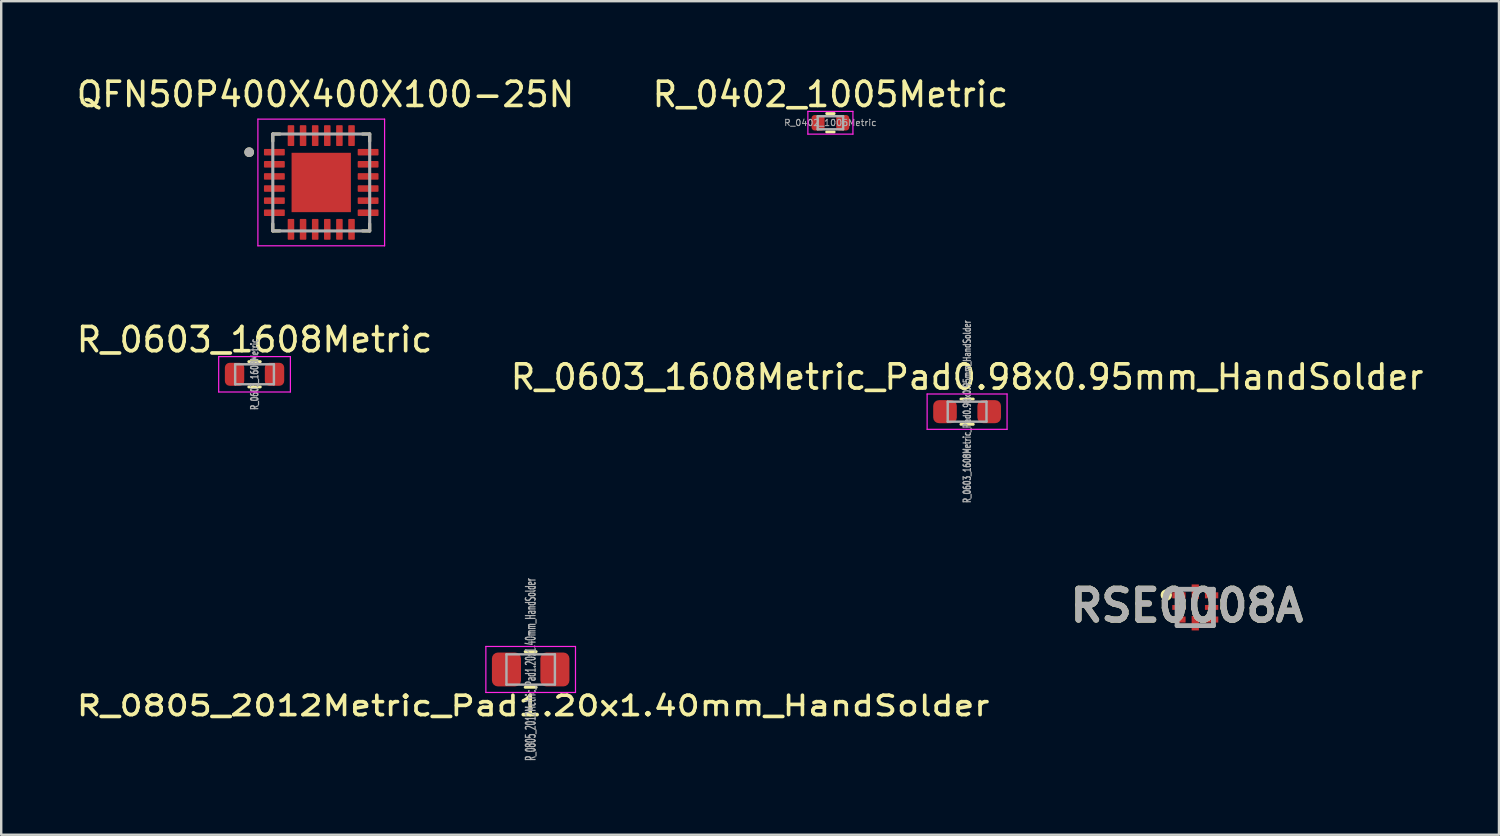
<source format=kicad_pcb>
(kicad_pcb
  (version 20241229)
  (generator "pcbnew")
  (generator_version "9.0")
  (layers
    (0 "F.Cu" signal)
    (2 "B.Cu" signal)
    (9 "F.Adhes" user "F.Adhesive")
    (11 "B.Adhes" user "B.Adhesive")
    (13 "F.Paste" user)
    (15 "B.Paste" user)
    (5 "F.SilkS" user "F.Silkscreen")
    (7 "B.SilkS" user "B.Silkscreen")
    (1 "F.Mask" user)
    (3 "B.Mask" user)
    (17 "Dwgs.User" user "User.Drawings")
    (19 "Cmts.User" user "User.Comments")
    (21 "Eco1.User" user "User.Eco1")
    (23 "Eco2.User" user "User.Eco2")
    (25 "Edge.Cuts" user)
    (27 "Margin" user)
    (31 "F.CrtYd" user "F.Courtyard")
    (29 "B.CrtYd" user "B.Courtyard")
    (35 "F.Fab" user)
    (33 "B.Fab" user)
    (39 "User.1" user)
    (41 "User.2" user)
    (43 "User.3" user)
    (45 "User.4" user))
  (footprint "R_0603_1608Metric_Pad0.98x0.95mm_HandSolder"
    (layer "F.Cu")
    (at 36.875 13.945)
    (property "Reference" "R_0603_1608Metric_Pad0.98x0.95mm_HandSolder" (at 0 -1.43 0) (layer "F.SilkS") (effects (font (size 1 1) (thickness 0.15))))
    (attr smd)
    (fp_line (start -0.255 -0.522) (end 0.255 -0.522) (stroke (width 0.12) (type solid)) (layer "F.SilkS"))
    (fp_line (start -0.255 0.522) (end 0.255 0.522) (stroke (width 0.12) (type solid)) (layer "F.SilkS"))
    (fp_line (start -1.65 -0.73) (end 1.65 -0.73) (stroke (width 0.05) (type solid)) (layer "F.CrtYd"))
    (fp_line (start -1.65 0.73) (end -1.65 -0.73) (stroke (width 0.05) (type solid)) (layer "F.CrtYd"))
    (fp_line (start 1.65 -0.73) (end 1.65 0.73) (stroke (width 0.05) (type solid)) (layer "F.CrtYd"))
    (fp_line (start 1.65 0.73) (end -1.65 0.73) (stroke (width 0.05) (type solid)) (layer "F.CrtYd"))
    (fp_line (start -0.8 -0.412) (end 0.8 -0.412) (stroke (width 0.1) (type solid)) (layer "F.Fab"))
    (fp_line (start -0.8 0.412) (end -0.8 -0.412) (stroke (width 0.1) (type solid)) (layer "F.Fab"))
    (fp_line (start 0.8 -0.412) (end 0.8 0.412) (stroke (width 0.1) (type solid)) (layer "F.Fab"))
    (fp_line (start 0.8 0.412) (end -0.8 0.412) (stroke (width 0.1) (type solid)) (layer "F.Fab"))
    (fp_text user "${REFERENCE}" (at 0 0 90) (layer "F.Fab") (effects (font (size 0.3 0.2) (thickness 0.06))))
    (pad "1" smd roundrect (at -0.912 0) (size 0.975 0.95) (layers "F.Cu" "F.Mask" "F.Paste") (roundrect_rratio 0.25))
    (pad "2" smd roundrect (at 0.912 0) (size 0.975 0.95) (layers "F.Cu" "F.Mask" "F.Paste") (roundrect_rratio 0.25)))
  (footprint "R_0402_1005Metric"
    (layer "F.Cu")
    (at 31.232 2.018)
    (property "Reference" "R_0402_1005Metric" (at 0 -1.17 0) (layer "F.SilkS") (effects (font (size 1 1) (thickness 0.15))))
    (attr smd)
    (fp_line (start -0.154 -0.38) (end 0.154 -0.38) (stroke (width 0.12) (type solid)) (layer "F.SilkS"))
    (fp_line (start -0.154 0.38) (end 0.154 0.38) (stroke (width 0.12) (type solid)) (layer "F.SilkS"))
    (fp_line (start -0.93 -0.47) (end 0.93 -0.47) (stroke (width 0.05) (type solid)) (layer "F.CrtYd"))
    (fp_line (start -0.93 0.47) (end -0.93 -0.47) (stroke (width 0.05) (type solid)) (layer "F.CrtYd"))
    (fp_line (start 0.93 -0.47) (end 0.93 0.47) (stroke (width 0.05) (type solid)) (layer "F.CrtYd"))
    (fp_line (start 0.93 0.47) (end -0.93 0.47) (stroke (width 0.05) (type solid)) (layer "F.CrtYd"))
    (fp_line (start -0.525 -0.27) (end 0.525 -0.27) (stroke (width 0.1) (type solid)) (layer "F.Fab"))
    (fp_line (start -0.525 0.27) (end -0.525 -0.27) (stroke (width 0.1) (type solid)) (layer "F.Fab"))
    (fp_line (start 0.525 -0.27) (end 0.525 0.27) (stroke (width 0.1) (type solid)) (layer "F.Fab"))
    (fp_line (start 0.525 0.27) (end -0.525 0.27) (stroke (width 0.1) (type solid)) (layer "F.Fab"))
    (fp_text user "${REFERENCE}" (at 0 0 0) (layer "F.Fab") (effects (font (size 0.26 0.26) (thickness 0.04))))
    (pad "1" smd roundrect (at -0.51 0) (size 0.54 0.64) (layers "F.Cu" "F.Mask" "F.Paste") (roundrect_rratio 0.25))
    (pad "2" smd roundrect (at 0.51 0) (size 0.54 0.64) (layers "F.Cu" "F.Mask" "F.Paste") (roundrect_rratio 0.25)))
  (footprint "QFN50P400X400X100-25N"
    (layer "F.Cu")
    (at 10.212 4.483)
    (property "Reference" "QFN50P400X400X100-25N" (at 0.175 -3.635 0) (layer "F.SilkS") (effects (font (size 1 1) (thickness 0.15))))
    (attr smd)
    (fp_line (start -2 -2) (end -2 -1.705) (stroke (width 0.127) (type solid)) (layer "F.SilkS"))
    (fp_line (start -2 -2) (end -1.705 -2) (stroke (width 0.127) (type solid)) (layer "F.SilkS"))
    (fp_line (start -2 2) (end -2 1.705) (stroke (width 0.127) (type solid)) (layer "F.SilkS"))
    (fp_line (start -2 2) (end -1.705 2) (stroke (width 0.127) (type solid)) (layer "F.SilkS"))
    (fp_line (start 2 -2) (end 1.705 -2) (stroke (width 0.127) (type solid)) (layer "F.SilkS"))
    (fp_line (start 2 -2) (end 2 -1.705) (stroke (width 0.127) (type solid)) (layer "F.SilkS"))
    (fp_line (start 2 2) (end 1.705 2) (stroke (width 0.127) (type solid)) (layer "F.SilkS"))
    (fp_line (start 2 2) (end 2 1.705) (stroke (width 0.127) (type solid)) (layer "F.SilkS"))
    (fp_circle (center -2.975 -1.25) (end -2.875 -1.25) (stroke (width 0.2) (type solid)) (fill no) (layer "F.SilkS"))
    (fp_poly (pts (xy -0.775 -0.775) (xy 0.775 -0.775) (xy 0.775 0.775) (xy -0.775 0.775)) (stroke (width 0.01) (type solid)) (fill yes) (layer "F.Paste"))
    (fp_line (start -2.615 -2.615) (end 2.615 -2.615) (stroke (width 0.05) (type solid)) (layer "F.CrtYd"))
    (fp_line (start -2.615 2.615) (end -2.615 -2.615) (stroke (width 0.05) (type solid)) (layer "F.CrtYd"))
    (fp_line (start -2.615 2.615) (end 2.615 2.615) (stroke (width 0.05) (type solid)) (layer "F.CrtYd"))
    (fp_line (start 2.615 2.615) (end 2.615 -2.615) (stroke (width 0.05) (type solid)) (layer "F.CrtYd"))
    (fp_line (start -2 2) (end -2 -2) (stroke (width 0.127) (type solid)) (layer "F.Fab"))
    (fp_line (start 2 -2) (end -2 -2) (stroke (width 0.127) (type solid)) (layer "F.Fab"))
    (fp_line (start 2 2) (end -2 2) (stroke (width 0.127) (type solid)) (layer "F.Fab"))
    (fp_line (start 2 2) (end 2 -2) (stroke (width 0.127) (type solid)) (layer "F.Fab"))
    (fp_circle (center -2.975 -1.25) (end -2.875 -1.25) (stroke (width 0.2) (type solid)) (fill no) (layer "F.Fab"))
    (pad "1" smd roundrect (at -1.935 -1.25) (size 0.86 0.27) (layers "F.Cu" "F.Mask" "F.Paste") (roundrect_rratio 0.125))
    (pad "2" smd roundrect (at -1.935 -0.75) (size 0.86 0.27) (layers "F.Cu" "F.Mask" "F.Paste") (roundrect_rratio 0.125))
    (pad "3" smd roundrect (at -1.935 -0.25) (size 0.86 0.27) (layers "F.Cu" "F.Mask" "F.Paste") (roundrect_rratio 0.125))
    (pad "4" smd roundrect (at -1.935 0.25) (size 0.86 0.27) (layers "F.Cu" "F.Mask" "F.Paste") (roundrect_rratio 0.125))
    (pad "5" smd roundrect (at -1.935 0.75) (size 0.86 0.27) (layers "F.Cu" "F.Mask" "F.Paste") (roundrect_rratio 0.125))
    (pad "6" smd roundrect (at -1.935 1.25) (size 0.86 0.27) (layers "F.Cu" "F.Mask" "F.Paste") (roundrect_rratio 0.125))
    (pad "7" smd roundrect (at -1.25 1.935 90) (size 0.86 0.27) (layers "F.Cu" "F.Mask" "F.Paste") (roundrect_rratio 0.125))
    (pad "8" smd roundrect (at -0.75 1.935 90) (size 0.86 0.27) (layers "F.Cu" "F.Mask" "F.Paste") (roundrect_rratio 0.125))
    (pad "9" smd roundrect (at -0.25 1.935 90) (size 0.86 0.27) (layers "F.Cu" "F.Mask" "F.Paste") (roundrect_rratio 0.125))
    (pad "10" smd roundrect (at 0.25 1.935 90) (size 0.86 0.27) (layers "F.Cu" "F.Mask" "F.Paste") (roundrect_rratio 0.125))
    (pad "11" smd roundrect (at 0.75 1.935 90) (size 0.86 0.27) (layers "F.Cu" "F.Mask" "F.Paste") (roundrect_rratio 0.125))
    (pad "12" smd roundrect (at 1.25 1.935 90) (size 0.86 0.27) (layers "F.Cu" "F.Mask" "F.Paste") (roundrect_rratio 0.125))
    (pad "13" smd roundrect (at 1.935 1.25) (size 0.86 0.27) (layers "F.Cu" "F.Mask" "F.Paste") (roundrect_rratio 0.125))
    (pad "14" smd roundrect (at 1.935 0.75) (size 0.86 0.27) (layers "F.Cu" "F.Mask" "F.Paste") (roundrect_rratio 0.125))
    (pad "15" smd roundrect (at 1.935 0.25) (size 0.86 0.27) (layers "F.Cu" "F.Mask" "F.Paste") (roundrect_rratio 0.125))
    (pad "16" smd roundrect (at 1.935 -0.25) (size 0.86 0.27) (layers "F.Cu" "F.Mask" "F.Paste") (roundrect_rratio 0.125))
    (pad "17" smd roundrect (at 1.935 -0.75) (size 0.86 0.27) (layers "F.Cu" "F.Mask" "F.Paste") (roundrect_rratio 0.125))
    (pad "18" smd roundrect (at 1.935 -1.25) (size 0.86 0.27) (layers "F.Cu" "F.Mask" "F.Paste") (roundrect_rratio 0.125))
    (pad "19" smd roundrect (at 1.25 -1.935 90) (size 0.86 0.27) (layers "F.Cu" "F.Mask" "F.Paste") (roundrect_rratio 0.125))
    (pad "20" smd roundrect (at 0.75 -1.935 90) (size 0.86 0.27) (layers "F.Cu" "F.Mask" "F.Paste") (roundrect_rratio 0.125))
    (pad "21" smd roundrect (at 0.25 -1.935 90) (size 0.86 0.27) (layers "F.Cu" "F.Mask" "F.Paste") (roundrect_rratio 0.125))
    (pad "22" smd roundrect (at -0.25 -1.935 90) (size 0.86 0.27) (layers "F.Cu" "F.Mask" "F.Paste") (roundrect_rratio 0.125))
    (pad "23" smd roundrect (at -0.75 -1.935 90) (size 0.86 0.27) (layers "F.Cu" "F.Mask" "F.Paste") (roundrect_rratio 0.125))
    (pad "24" smd roundrect (at -1.25 -1.935 90) (size 0.86 0.27) (layers "F.Cu" "F.Mask" "F.Paste") (roundrect_rratio 0.125))
    (pad "25" smd rect (at 0 0) (size 2.45 2.45) (layers "F.Cu" "F.Mask")))
  (footprint "R_0805_2012Metric_Pad1.20x1.40mm_HandSolder"
    (layer "F.Cu")
    (at 18.858 24.588)
    (property "Reference" "R_0805_2012Metric_Pad1.20x1.40mm_HandSolder" (at 0.1 1.5 180) (layer "F.SilkS") (effects (font (size 0.8 1) (thickness 0.15))))
    (attr smd)
    (fp_line (start -0.227 -0.735) (end 0.227 -0.735) (stroke (width 0.12) (type solid)) (layer "F.SilkS"))
    (fp_line (start -0.227 0.735) (end 0.227 0.735) (stroke (width 0.12) (type solid)) (layer "F.SilkS"))
    (fp_line (start -1.85 -0.95) (end 1.85 -0.95) (stroke (width 0.05) (type solid)) (layer "F.CrtYd"))
    (fp_line (start -1.85 0.95) (end -1.85 -0.95) (stroke (width 0.05) (type solid)) (layer "F.CrtYd"))
    (fp_line (start 1.85 -0.95) (end 1.85 0.95) (stroke (width 0.05) (type solid)) (layer "F.CrtYd"))
    (fp_line (start 1.85 0.95) (end -1.85 0.95) (stroke (width 0.05) (type solid)) (layer "F.CrtYd"))
    (fp_line (start -1 -0.625) (end 1 -0.625) (stroke (width 0.1) (type solid)) (layer "F.Fab"))
    (fp_line (start -1 0.625) (end -1 -0.625) (stroke (width 0.1) (type solid)) (layer "F.Fab"))
    (fp_line (start 1 -0.625) (end 1 0.625) (stroke (width 0.1) (type solid)) (layer "F.Fab"))
    (fp_line (start 1 0.625) (end -1 0.625) (stroke (width 0.1) (type solid)) (layer "F.Fab"))
    (fp_text user "${REFERENCE}" (at 0 0 270) (layer "F.Fab") (effects (font (size 0.4 0.2) (thickness 0.08))))
    (pad "1" smd roundrect (at -1 0) (size 1.2 1.4) (layers "F.Cu" "F.Mask" "F.Paste") (roundrect_rratio 0.208))
    (pad "2" smd roundrect (at 1 0) (size 1.2 1.4) (layers "F.Cu" "F.Mask" "F.Paste") (roundrect_rratio 0.208)))
  (footprint "R_0603_1608Metric"
    (layer "F.Cu")
    (at 7.458 12.402)
    (property "Reference" "R_0603_1608Metric" (at 0 -1.43 0) (layer "F.SilkS") (effects (font (size 1 1) (thickness 0.15))))
    (attr smd)
    (fp_line (start -0.237 -0.522) (end 0.237 -0.522) (stroke (width 0.12) (type solid)) (layer "F.SilkS"))
    (fp_line (start -0.237 0.522) (end 0.237 0.522) (stroke (width 0.12) (type solid)) (layer "F.SilkS"))
    (fp_line (start -1.48 -0.73) (end 1.48 -0.73) (stroke (width 0.05) (type solid)) (layer "F.CrtYd"))
    (fp_line (start -1.48 0.73) (end -1.48 -0.73) (stroke (width 0.05) (type solid)) (layer "F.CrtYd"))
    (fp_line (start 1.48 -0.73) (end 1.48 0.73) (stroke (width 0.05) (type solid)) (layer "F.CrtYd"))
    (fp_line (start 1.48 0.73) (end -1.48 0.73) (stroke (width 0.05) (type solid)) (layer "F.CrtYd"))
    (fp_line (start -0.8 -0.412) (end 0.8 -0.412) (stroke (width 0.1) (type solid)) (layer "F.Fab"))
    (fp_line (start -0.8 0.412) (end -0.8 -0.412) (stroke (width 0.1) (type solid)) (layer "F.Fab"))
    (fp_line (start 0.8 -0.412) (end 0.8 0.412) (stroke (width 0.1) (type solid)) (layer "F.Fab"))
    (fp_line (start 0.8 0.412) (end -0.8 0.412) (stroke (width 0.1) (type solid)) (layer "F.Fab"))
    (fp_text user "${REFERENCE}" (at 0 0 90) (layer "F.Fab") (effects (font (size 0.3 0.2) (thickness 0.06))))
    (pad "1" smd roundrect (at -0.825 0) (size 0.8 0.95) (layers "F.Cu" "F.Mask" "F.Paste") (roundrect_rratio 0.25))
    (pad "2" smd roundrect (at 0.825 0) (size 0.8 0.95) (layers "F.Cu" "F.Mask" "F.Paste") (roundrect_rratio 0.25)))
  (footprint "RSE0008A"
    (layer "F.Cu")
    (at 46.295 22.027)
    (property "Reference" "RSE0008A" (at -0.347 -0.072 0) (layer "F.SilkS") (effects (font (size 1.27 1.27) (thickness 0.254))))
    (attr smd)
    (fp_circle (center -1.197 -0.512) (end -1.197 -0.476) (stroke (width 0.2) (type solid)) (fill no) (layer "F.SilkS"))
    (fp_line (start -0.75 -0.75) (end 0.75 -0.75) (stroke (width 0.2) (type solid)) (layer "F.Fab"))
    (fp_line (start -0.75 0.75) (end -0.75 -0.75) (stroke (width 0.2) (type solid)) (layer "F.Fab"))
    (fp_line (start 0.75 -0.75) (end 0.75 0.75) (stroke (width 0.2) (type solid)) (layer "F.Fab"))
    (fp_line (start 0.75 0.75) (end -0.75 0.75) (stroke (width 0.2) (type solid)) (layer "F.Fab"))
    (fp_text user "${REFERENCE}" (at -0.347 -0.072 0) (layer "F.Fab") (effects (font (size 1.27 1.27) (thickness 0.254))))
    (pad "1" smd rect (at -0.675 -0.5 90) (size 0.25 0.55) (layers "F.Cu" "F.Mask" "F.Paste"))
    (pad "2" smd rect (at -0.675 0 90) (size 0.2 0.55) (layers "F.Cu" "F.Mask" "F.Paste"))
    (pad "3" smd rect (at -0.675 0.5 90) (size 0.25 0.55) (layers "F.Cu" "F.Mask" "F.Paste"))
    (pad "4" smd rect (at 0 0.65) (size 0.3 0.6) (layers "F.Cu" "F.Mask" "F.Paste"))
    (pad "5" smd rect (at 0.675 0.5 90) (size 0.25 0.55) (layers "F.Cu" "F.Mask" "F.Paste"))
    (pad "6" smd rect (at 0.675 0 90) (size 0.2 0.55) (layers "F.Cu" "F.Mask" "F.Paste"))
    (pad "7" smd rect (at 0.675 -0.5 90) (size 0.25 0.55) (layers "F.Cu" "F.Mask" "F.Paste"))
    (pad "8" smd rect (at 0 -0.65) (size 0.3 0.6) (layers "F.Cu" "F.Mask" "F.Paste")))
  (gr_rect
    (start -3 -3)
    (end 58.833 31.41)
    (stroke (width 0.1) (type default))
    (fill no)
    (layer "Edge.Cuts")))
</source>
